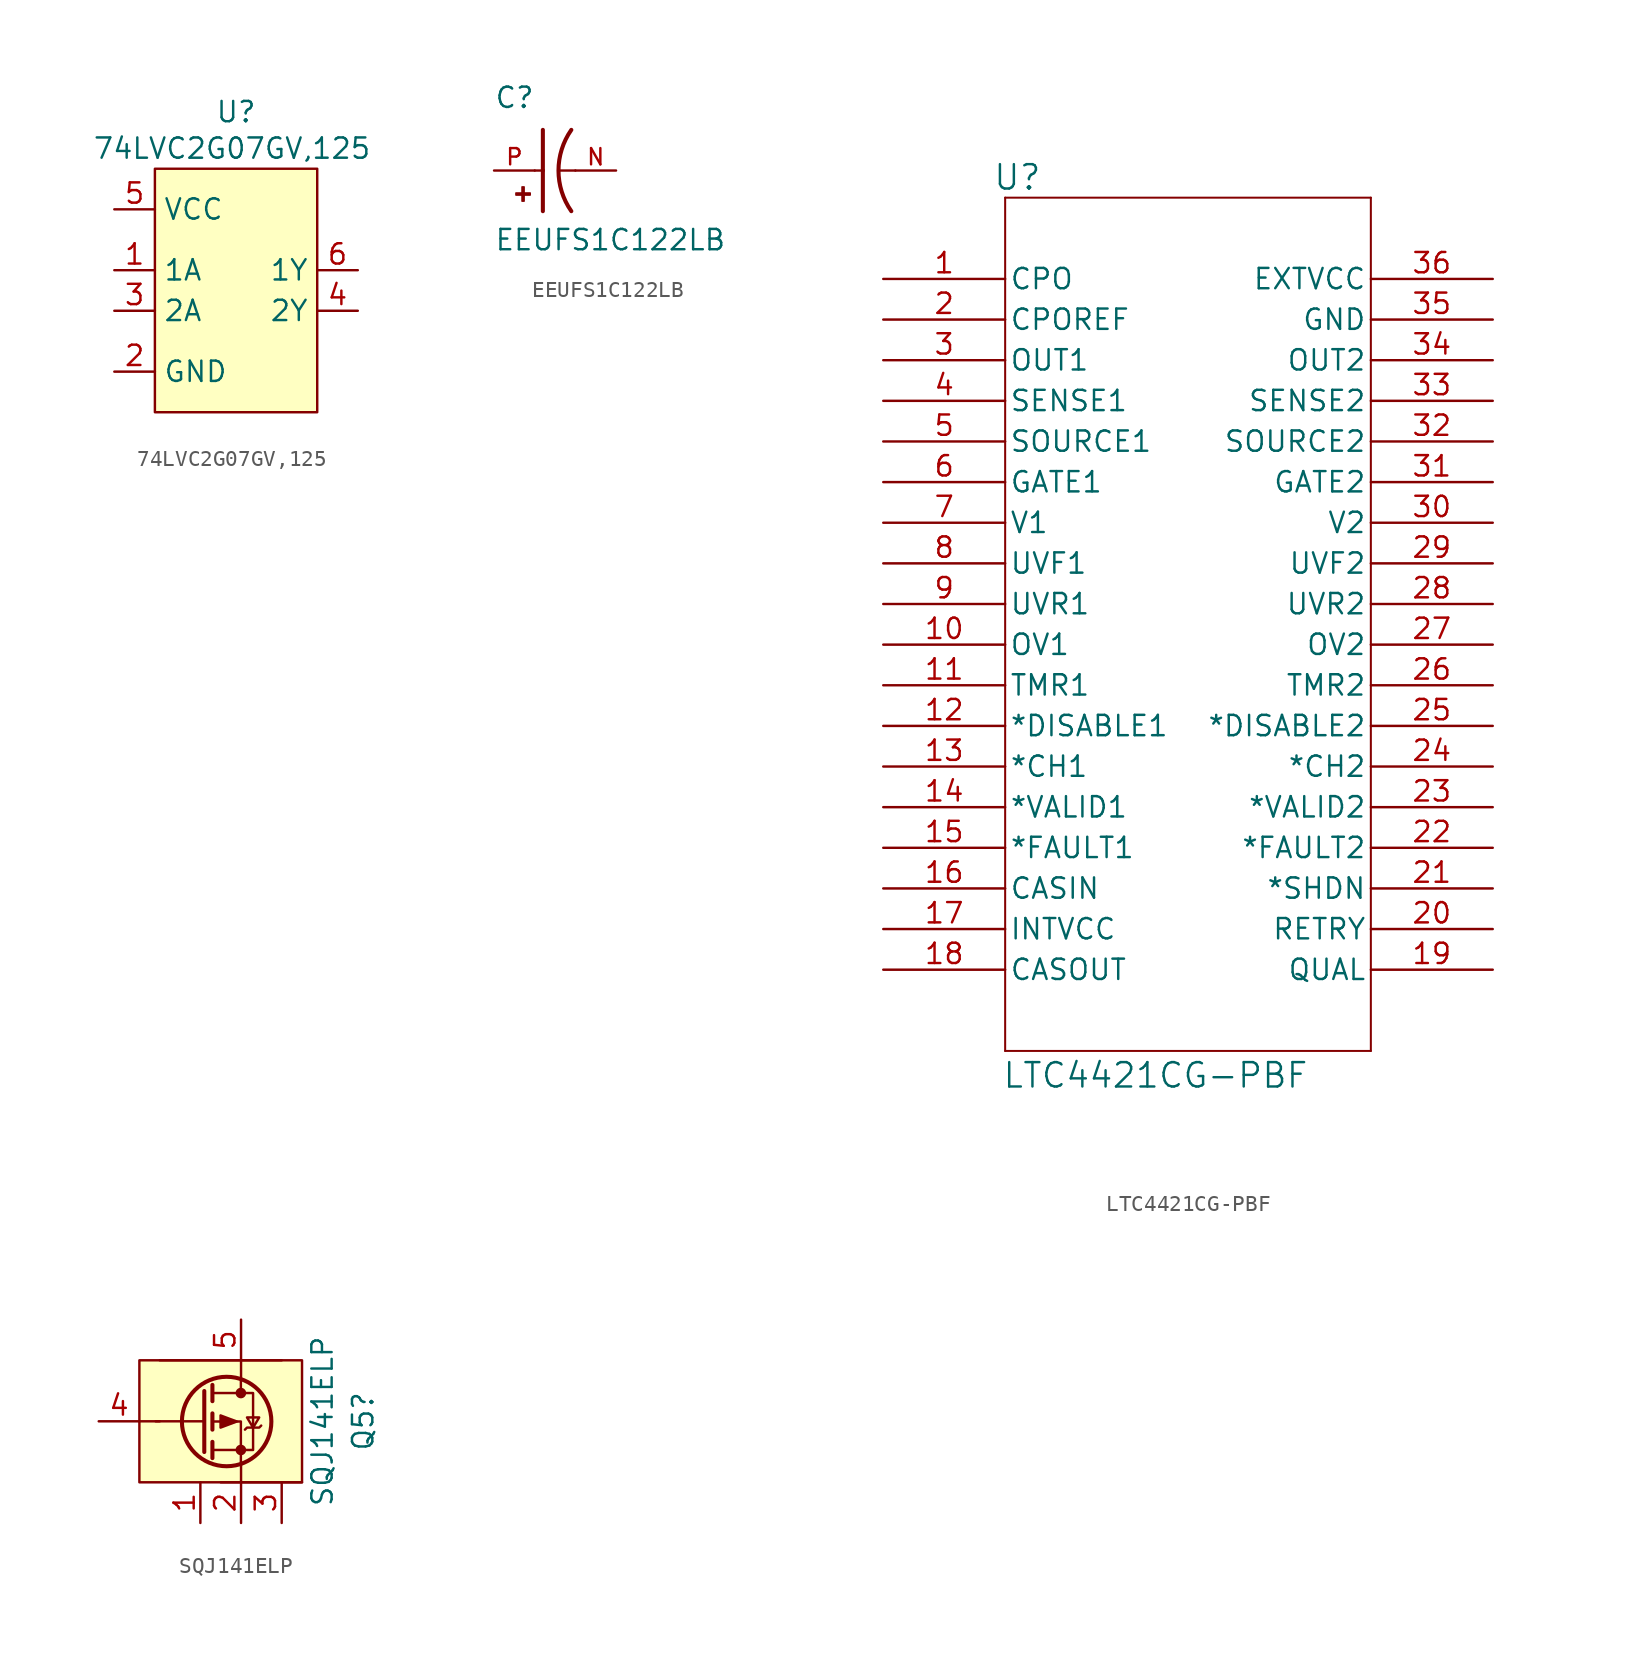
<source format=kicad_sym>
(kicad_symbol_lib
  (version 20231120)
  (generator "kicad_symbol_editor")
  (generator_version "8.0")
  (symbol "74LVC2G07GV,125"
    (property "Reference" "U"
      (at 0 9.906 0)
      (effects (font (size 1.27 1.27))))
    (property "Value" "74LVC2G07GV,125"
      (at -0.254 7.62 0)
      (effects (font (size 1.27 1.27))))
    (symbol "74LVC2G07GV,125_1_1"
      (rectangle (start -5.08 6.35) (end 5.08 -8.89) (stroke (width 0) (type default)) (fill (type background)))
      (pin input line (at -7.62 0 0) (length 2.54) (name "1A" (effects (font (size 1.27 1.27)))) (number "1" (effects (font (size 1.27 1.27)))))
      (pin input line (at -7.62 -6.35 0) (length 2.54) (name "GND" (effects (font (size 1.27 1.27)))) (number "2" (effects (font (size 1.27 1.27)))))
      (pin input line (at -7.62 -2.54 0) (length 2.54) (name "2A" (effects (font (size 1.27 1.27)))) (number "3" (effects (font (size 1.27 1.27)))))
      (pin input line (at 7.62 -2.54 180) (length 2.54) (name "2Y" (effects (font (size 1.27 1.27)))) (number "4" (effects (font (size 1.27 1.27)))))
      (pin input line (at -7.62 3.81 0) (length 2.54) (name "VCC" (effects (font (size 1.27 1.27)))) (number "5" (effects (font (size 1.27 1.27)))))
      (pin input line (at 7.62 0 180) (length 2.54) (name "1Y" (effects (font (size 1.27 1.27)))) (number "6" (effects (font (size 1.27 1.27)))))))
  (symbol "EEUFS1C122LB"
    (pin_names
      (offset 1.016))
    (property "Reference" "C"
      (at -2.54 3.81 0)
      (effects (font (size 1.27 1.27)) (justify left bottom)))
    (property "Value" "EEUFS1C122LB"
      (at -2.54 -5.08 0)
      (effects (font (size 1.27 1.27)) (justify left bottom)))
    (symbol "EEUFS1C122LB_0_0"
      (rectangle (start -1.173 -1.532) (end -0.284 -1.405) (stroke (width 0.1) (type default)) (fill (type outline)))
      (rectangle (start -0.792 -1.913) (end -0.665 -1.024) (stroke (width 0.1) (type default)) (fill (type outline)))
      (polyline (pts (xy 0 0) (xy 0.508 0)) (stroke (width 0.152) (type default)) (fill (type none)))
      (polyline (pts (xy 0.508 0) (xy 0.508 -2.54)) (stroke (width 0.254) (type default)) (fill (type none)))
      (polyline (pts (xy 0.508 2.54) (xy 0.508 0)) (stroke (width 0.254) (type default)) (fill (type none)))
      (polyline (pts (xy 2.54 0) (xy 1.524 0)) (stroke (width 0.152) (type default)) (fill (type none)))
      (arc (start 2.286 2.54) (mid 1.4851 0) (end 2.286 -2.54) (stroke (width 0.254) (type default)) (fill (type none)))
      (pin passive line (at 5.08 0 180) (length 2.54) (name "~" (effects (font (size 1.016 1.016)))) (number "N" (effects (font (size 1.016 1.016)))))
      (pin passive line (at -2.54 0 0) (length 2.54) (name "~" (effects (font (size 1.016 1.016)))) (number "P" (effects (font (size 1.016 1.016)))))))
  (symbol "LTC4421CG-PBF"
    (pin_names
      (offset 0.254))
    (property "Reference" "U"
      (at -10.668 27.94 0)
      (effects (font (size 1.524 1.524))))
    (property "Value" "LTC4421CG-PBF"
      (at -2.032 -28.194 0)
      (effects (font (size 1.524 1.524))))
    (symbol "LTC4421CG-PBF_0_1"
      (polyline (pts (xy -11.43 -26.67) (xy 11.43 -26.67)) (stroke (width 0.127) (type default)) (fill (type none)))
      (polyline (pts (xy -11.43 26.67) (xy -11.43 -26.67)) (stroke (width 0.127) (type default)) (fill (type none)))
      (polyline (pts (xy 11.43 -26.67) (xy 11.43 26.67)) (stroke (width 0.127) (type default)) (fill (type none)))
      (polyline (pts (xy 11.43 26.67) (xy -11.43 26.67)) (stroke (width 0.127) (type default)) (fill (type none)))
      (pin output line (at -19.05 21.59 0) (length 7.62) (name "CPO" (effects (font (size 1.27 1.27)))) (number "1" (effects (font (size 1.27 1.27)))))
      (pin input line (at -19.05 -1.27 0) (length 7.62) (name "OV1" (effects (font (size 1.27 1.27)))) (number "10" (effects (font (size 1.27 1.27)))))
      (pin unspecified line (at -19.05 -3.81 0) (length 7.62) (name "TMR1" (effects (font (size 1.27 1.27)))) (number "11" (effects (font (size 1.27 1.27)))))
      (pin input line (at -19.05 -6.35 0) (length 7.62) (name "*DISABLE1" (effects (font (size 1.27 1.27)))) (number "12" (effects (font (size 1.27 1.27)))))
      (pin output line (at -19.05 -8.89 0) (length 7.62) (name "*CH1" (effects (font (size 1.27 1.27)))) (number "13" (effects (font (size 1.27 1.27)))))
      (pin unspecified line (at -19.05 -11.43 0) (length 7.62) (name "*VALID1" (effects (font (size 1.27 1.27)))) (number "14" (effects (font (size 1.27 1.27)))))
      (pin output line (at -19.05 -13.97 0) (length 7.62) (name "*FAULT1" (effects (font (size 1.27 1.27)))) (number "15" (effects (font (size 1.27 1.27)))))
      (pin input line (at -19.05 -16.51 0) (length 7.62) (name "CASIN" (effects (font (size 1.27 1.27)))) (number "16" (effects (font (size 1.27 1.27)))))
      (pin power_in line (at -19.05 -19.05 0) (length 7.62) (name "INTVCC" (effects (font (size 1.27 1.27)))) (number "17" (effects (font (size 1.27 1.27)))))
      (pin output line (at -19.05 -21.59 0) (length 7.62) (name "CASOUT" (effects (font (size 1.27 1.27)))) (number "18" (effects (font (size 1.27 1.27)))))
      (pin unspecified line (at 19.05 -21.59 180) (length 7.62) (name "QUAL" (effects (font (size 1.27 1.27)))) (number "19" (effects (font (size 1.27 1.27)))))
      (pin output line (at -19.05 19.05 0) (length 7.62) (name "CPOREF" (effects (font (size 1.27 1.27)))) (number "2" (effects (font (size 1.27 1.27)))))
      (pin input line (at 19.05 -19.05 180) (length 7.62) (name "RETRY" (effects (font (size 1.27 1.27)))) (number "20" (effects (font (size 1.27 1.27)))))
      (pin input line (at 19.05 -16.51 180) (length 7.62) (name "*SHDN" (effects (font (size 1.27 1.27)))) (number "21" (effects (font (size 1.27 1.27)))))
      (pin output line (at 19.05 -13.97 180) (length 7.62) (name "*FAULT2" (effects (font (size 1.27 1.27)))) (number "22" (effects (font (size 1.27 1.27)))))
      (pin unspecified line (at 19.05 -11.43 180) (length 7.62) (name "*VALID2" (effects (font (size 1.27 1.27)))) (number "23" (effects (font (size 1.27 1.27)))))
      (pin output line (at 19.05 -8.89 180) (length 7.62) (name "*CH2" (effects (font (size 1.27 1.27)))) (number "24" (effects (font (size 1.27 1.27)))))
      (pin input line (at 19.05 -6.35 180) (length 7.62) (name "*DISABLE2" (effects (font (size 1.27 1.27)))) (number "25" (effects (font (size 1.27 1.27)))))
      (pin unspecified line (at 19.05 -3.81 180) (length 7.62) (name "TMR2" (effects (font (size 1.27 1.27)))) (number "26" (effects (font (size 1.27 1.27)))))
      (pin input line (at 19.05 -1.27 180) (length 7.62) (name "OV2" (effects (font (size 1.27 1.27)))) (number "27" (effects (font (size 1.27 1.27)))))
      (pin input line (at 19.05 1.27 180) (length 7.62) (name "UVR2" (effects (font (size 1.27 1.27)))) (number "28" (effects (font (size 1.27 1.27)))))
      (pin input line (at 19.05 3.81 180) (length 7.62) (name "UVF2" (effects (font (size 1.27 1.27)))) (number "29" (effects (font (size 1.27 1.27)))))
      (pin unspecified line (at -19.05 16.51 0) (length 7.62) (name "OUT1" (effects (font (size 1.27 1.27)))) (number "3" (effects (font (size 1.27 1.27)))))
      (pin power_in line (at 19.05 6.35 180) (length 7.62) (name "V2" (effects (font (size 1.27 1.27)))) (number "30" (effects (font (size 1.27 1.27)))))
      (pin unspecified line (at 19.05 8.89 180) (length 7.62) (name "GATE2" (effects (font (size 1.27 1.27)))) (number "31" (effects (font (size 1.27 1.27)))))
      (pin unspecified line (at 19.05 11.43 180) (length 7.62) (name "SOURCE2" (effects (font (size 1.27 1.27)))) (number "32" (effects (font (size 1.27 1.27)))))
      (pin input line (at 19.05 13.97 180) (length 7.62) (name "SENSE2" (effects (font (size 1.27 1.27)))) (number "33" (effects (font (size 1.27 1.27)))))
      (pin unspecified line (at 19.05 16.51 180) (length 7.62) (name "OUT2" (effects (font (size 1.27 1.27)))) (number "34" (effects (font (size 1.27 1.27)))))
      (pin power_out line (at 19.05 19.05 180) (length 7.62) (name "GND" (effects (font (size 1.27 1.27)))) (number "35" (effects (font (size 1.27 1.27)))))
      (pin power_in line (at 19.05 21.59 180) (length 7.62) (name "EXTVCC" (effects (font (size 1.27 1.27)))) (number "36" (effects (font (size 1.27 1.27)))))
      (pin input line (at -19.05 13.97 0) (length 7.62) (name "SENSE1" (effects (font (size 1.27 1.27)))) (number "4" (effects (font (size 1.27 1.27)))))
      (pin unspecified line (at -19.05 11.43 0) (length 7.62) (name "SOURCE1" (effects (font (size 1.27 1.27)))) (number "5" (effects (font (size 1.27 1.27)))))
      (pin unspecified line (at -19.05 8.89 0) (length 7.62) (name "GATE1" (effects (font (size 1.27 1.27)))) (number "6" (effects (font (size 1.27 1.27)))))
      (pin power_in line (at -19.05 6.35 0) (length 7.62) (name "V1" (effects (font (size 1.27 1.27)))) (number "7" (effects (font (size 1.27 1.27)))))
      (pin input line (at -19.05 3.81 0) (length 7.62) (name "UVF1" (effects (font (size 1.27 1.27)))) (number "8" (effects (font (size 1.27 1.27)))))
      (pin input line (at -19.05 1.27 0) (length 7.62) (name "UVR1" (effects (font (size 1.27 1.27)))) (number "9" (effects (font (size 1.27 1.27)))))))
  (symbol "SQJ141ELP"
    (property "Reference" "Q5"
      (at 10.16 0 90)
      (effects (font (size 1.27 1.27))))
    (property "Value" "SQJ141ELP"
      (at 7.62 0 90)
      (effects (font (size 1.27 1.27))))
    (symbol "SQJ141ELP_0_1"
      (polyline (pts (xy -2.54 0) (xy -3.81 0)) (stroke (width 0) (type default)) (fill (type none)))
      (polyline (pts (xy 0.191 0) (xy -2.794 0)) (stroke (width 0) (type default)) (fill (type none)))
      (polyline (pts (xy 0.244 1.892) (xy 0.244 -1.918)) (stroke (width 0.254) (type default)) (fill (type none)))
      (polyline (pts (xy 0.752 -1.283) (xy 0.752 -2.299)) (stroke (width 0.254) (type default)) (fill (type none)))
      (polyline (pts (xy 0.752 0.495) (xy 0.752 -0.521)) (stroke (width 0.254) (type default)) (fill (type none)))
      (polyline (pts (xy 0.752 2.273) (xy 0.752 1.257)) (stroke (width 0.254) (type default)) (fill (type none)))
      (polyline (pts (xy 2.53 2.527) (xy 2.53 1.765)) (stroke (width 0) (type default)) (fill (type none)))
      (polyline (pts (xy 2.54 -3.81) (xy 2.54 -2.54)) (stroke (width 0) (type default)) (fill (type none)))
      (polyline (pts (xy 2.54 2.54) (xy 2.54 3.81)) (stroke (width 0) (type default)) (fill (type none)))
      (polyline (pts (xy -2.54 3.81) (xy 2.54 3.81) (xy 5.08 3.81)) (stroke (width 0) (type default)) (fill (type none)))
      (polyline (pts (xy 1.27 -3.81) (xy 3.81 -3.81) (xy 6.35 -3.81)) (stroke (width 0) (type default)) (fill (type none)))
      (polyline (pts (xy 2.53 -2.553) (xy 2.53 -0.013) (xy 0.752 -0.013)) (stroke (width 0) (type default)) (fill (type none)))
      (polyline (pts (xy 0.752 1.765) (xy 3.292 1.765) (xy 3.292 -1.791) (xy 0.752 -1.791)) (stroke (width 0) (type default)) (fill (type none)))
      (polyline (pts (xy 2.276 -0.013) (xy 1.26 0.368) (xy 1.26 -0.394) (xy 2.276 -0.013)) (stroke (width 0) (type default)) (fill (type outline)))
      (polyline (pts (xy 2.784 -0.521) (xy 2.912 -0.394) (xy 3.674 -0.394) (xy 3.8 -0.267)) (stroke (width 0) (type default)) (fill (type none)))
      (polyline (pts (xy 3.292 -0.394) (xy 2.912 0.241) (xy 3.674 0.241) (xy 3.292 -0.394)) (stroke (width 0) (type default)) (fill (type none)))
      (circle (center 1.641 -0.013) (radius 2.794) (stroke (width 0.254) (type default)) (fill (type none)))
      (circle (center 2.53 -1.791) (radius 0.254) (stroke (width 0) (type default)) (fill (type outline)))
      (circle (center 2.53 1.765) (radius 0.254) (stroke (width 0) (type default)) (fill (type outline))))
    (symbol "SQJ141ELP_1_1"
      (rectangle (start -3.81 3.81) (end 6.35 -3.81) (stroke (width 0) (type default)) (fill (type background)))
      (pin passive line (at 0 -6.35 90) (length 2.54) (name "" (effects (font (size 1.27 1.27)))) (number "1" (effects (font (size 1.27 1.27)))))
      (pin passive line (at 2.54 -6.35 90) (length 2.54) (name "" (effects (font (size 1.27 1.27)))) (number "2" (effects (font (size 1.27 1.27)))))
      (pin passive line (at 5.08 -6.35 90) (length 2.54) (name "" (effects (font (size 1.27 1.27)))) (number "3" (effects (font (size 1.27 1.27)))))
      (pin input line (at -6.35 0 0) (length 2.54) (name "" (effects (font (size 1.27 1.27)))) (number "4" (effects (font (size 1.27 1.27)))))
      (pin passive line (at 2.54 6.35 270) (length 2.54) (name "" (effects (font (size 1.27 1.27)))) (number "5" (effects (font (size 1.27 1.27))))))))
</source>
